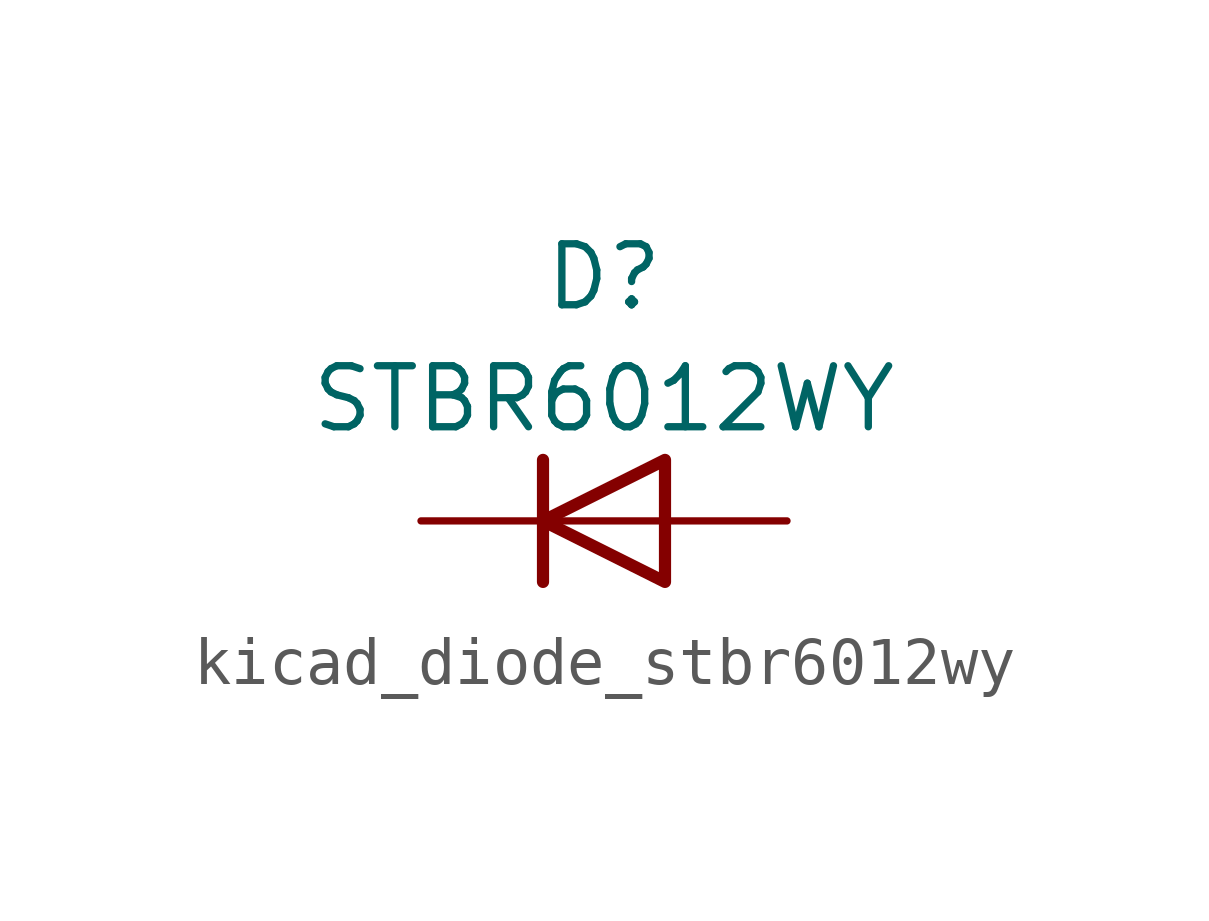
<source format=kicad_sym>
(kicad_symbol_lib
  (version 20220914)
  (generator kicad_symbol_editor)
  (symbol "kicad_diode_stbr6012wy"
    (pin_numbers hide)
    (pin_names hide)
    (property "Reference" "D"
      (at 0 5.08 0)
      (effects (font (size 1.27 1.27))))
    (property "Value" "STBR6012WY"
      (at 0 2.54 0)
      (effects (font (size 1.27 1.27))))
    (symbol "kicad_diode_stbr6012wy_0_1"
      (polyline (pts (xy -1.27 1.27) (xy -1.27 -1.27)) (stroke (width 0.254) (type default)) (fill (type none)))
      (polyline (pts (xy 1.27 0) (xy -1.27 0)) (stroke (width 0) (type default)) (fill (type none)))
      (polyline (pts (xy 1.27 1.27) (xy 1.27 -1.27) (xy -1.27 0) (xy 1.27 1.27)) (stroke (width 0.254) (type default)) (fill (type none))))
    (symbol "kicad_diode_stbr6012wy_1_1"
      (pin passive line (at -3.81 0 0) (length 2.54) (name "K" (effects (font (size 1.27 1.27)))) (number "1" (effects (font (size 1.27 1.27)))))
      (pin passive line (at 3.81 0 180) (length 2.54) (name "A" (effects (font (size 1.27 1.27)))) (number "2" (effects (font (size 1.27 1.27))))))))
</source>
